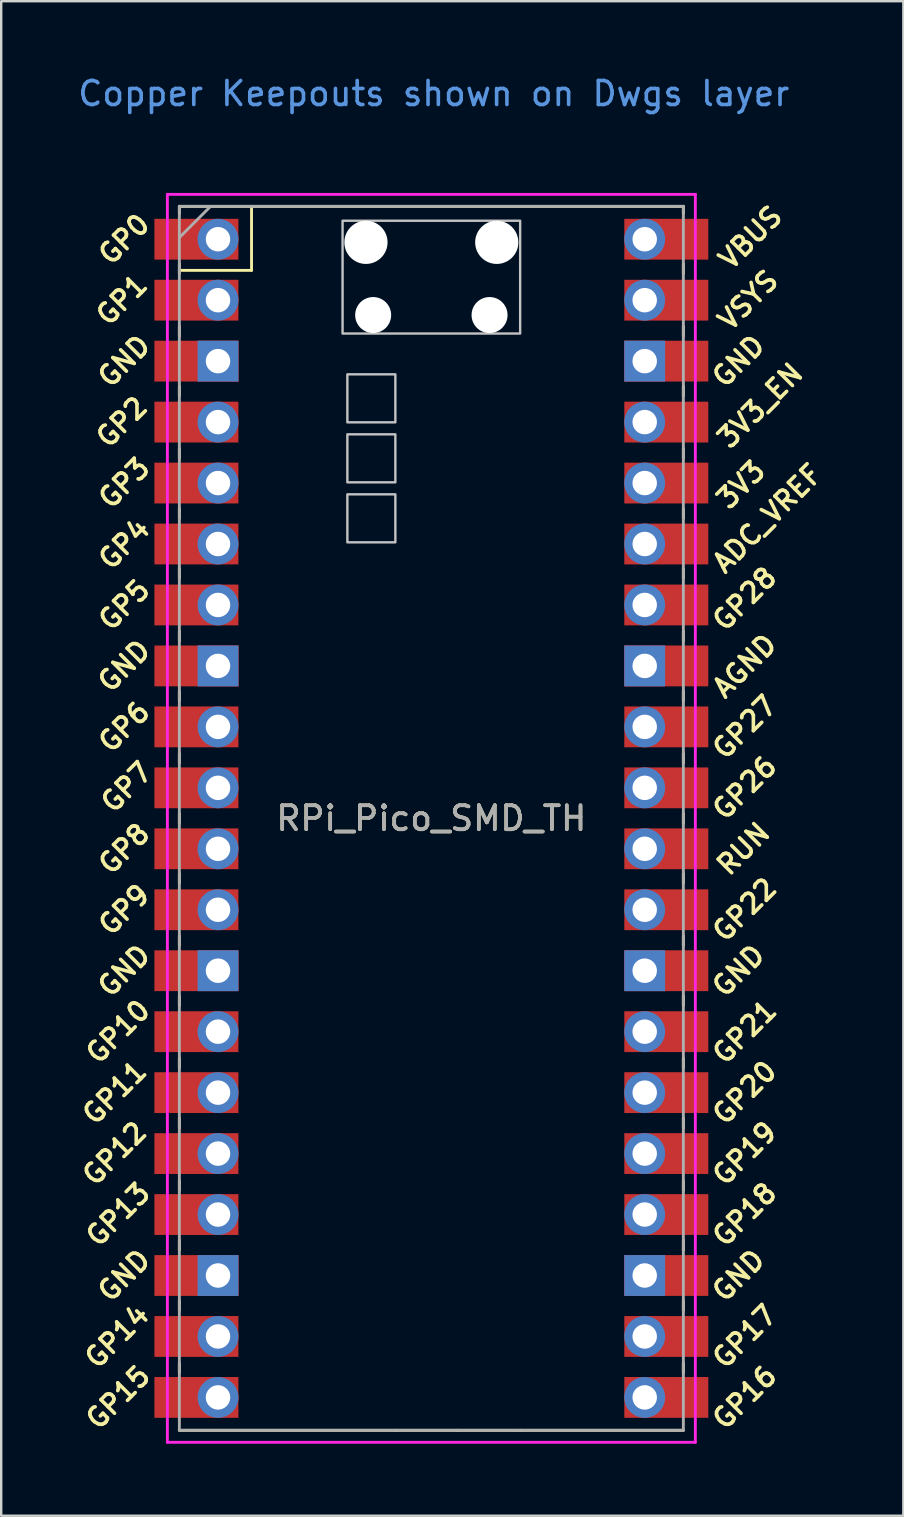
<source format=kicad_pcb>
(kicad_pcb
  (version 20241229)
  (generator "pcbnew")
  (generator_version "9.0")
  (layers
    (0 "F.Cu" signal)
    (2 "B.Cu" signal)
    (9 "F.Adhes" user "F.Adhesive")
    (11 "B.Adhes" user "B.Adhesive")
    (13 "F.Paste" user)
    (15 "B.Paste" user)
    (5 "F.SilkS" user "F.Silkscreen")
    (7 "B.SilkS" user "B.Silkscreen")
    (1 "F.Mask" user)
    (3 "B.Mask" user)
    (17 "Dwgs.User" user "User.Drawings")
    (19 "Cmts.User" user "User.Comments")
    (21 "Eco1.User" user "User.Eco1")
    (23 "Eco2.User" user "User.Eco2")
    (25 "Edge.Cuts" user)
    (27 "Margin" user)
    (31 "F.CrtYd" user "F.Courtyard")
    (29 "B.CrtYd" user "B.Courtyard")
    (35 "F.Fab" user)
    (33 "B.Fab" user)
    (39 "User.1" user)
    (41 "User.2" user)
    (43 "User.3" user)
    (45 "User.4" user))
  (footprint "RPi_Pico_SMD_TH"
    (layer "F.Cu")
    (at 14.924 31.048)
    (property "Reference" "RPi_Pico_SMD_TH" (at 0 0 0) (layer "F.SilkS") (effects (font (size 1 1) (thickness 0.15))))
    (attr through_hole)
    (fp_line (start -10.5 -25.5) (end -10.5 -25.2) (stroke (width 0.12) (type solid)) (layer "F.SilkS"))
    (fp_line (start -10.5 -25.5) (end 10.5 -25.5) (stroke (width 0.12) (type solid)) (layer "F.SilkS"))
    (fp_line (start -10.5 -23.1) (end -10.5 -22.7) (stroke (width 0.12) (type solid)) (layer "F.SilkS"))
    (fp_line (start -10.5 -22.833) (end -7.493 -22.833) (stroke (width 0.12) (type solid)) (layer "F.SilkS"))
    (fp_line (start -10.5 -20.5) (end -10.5 -20.1) (stroke (width 0.12) (type solid)) (layer "F.SilkS"))
    (fp_line (start -10.5 -18) (end -10.5 -17.6) (stroke (width 0.12) (type solid)) (layer "F.SilkS"))
    (fp_line (start -10.5 -15.4) (end -10.5 -15) (stroke (width 0.12) (type solid)) (layer "F.SilkS"))
    (fp_line (start -10.5 -12.9) (end -10.5 -12.5) (stroke (width 0.12) (type solid)) (layer "F.SilkS"))
    (fp_line (start -10.5 -10.4) (end -10.5 -10) (stroke (width 0.12) (type solid)) (layer "F.SilkS"))
    (fp_line (start -10.5 -7.8) (end -10.5 -7.4) (stroke (width 0.12) (type solid)) (layer "F.SilkS"))
    (fp_line (start -10.5 -5.3) (end -10.5 -4.9) (stroke (width 0.12) (type solid)) (layer "F.SilkS"))
    (fp_line (start -10.5 -2.7) (end -10.5 -2.3) (stroke (width 0.12) (type solid)) (layer "F.SilkS"))
    (fp_line (start -10.5 -0.2) (end -10.5 0.2) (stroke (width 0.12) (type solid)) (layer "F.SilkS"))
    (fp_line (start -10.5 2.3) (end -10.5 2.7) (stroke (width 0.12) (type solid)) (layer "F.SilkS"))
    (fp_line (start -10.5 4.9) (end -10.5 5.3) (stroke (width 0.12) (type solid)) (layer "F.SilkS"))
    (fp_line (start -10.5 7.4) (end -10.5 7.8) (stroke (width 0.12) (type solid)) (layer "F.SilkS"))
    (fp_line (start -10.5 10) (end -10.5 10.4) (stroke (width 0.12) (type solid)) (layer "F.SilkS"))
    (fp_line (start -10.5 12.5) (end -10.5 12.9) (stroke (width 0.12) (type solid)) (layer "F.SilkS"))
    (fp_line (start -10.5 15.1) (end -10.5 15.5) (stroke (width 0.12) (type solid)) (layer "F.SilkS"))
    (fp_line (start -10.5 17.6) (end -10.5 18) (stroke (width 0.12) (type solid)) (layer "F.SilkS"))
    (fp_line (start -10.5 20.1) (end -10.5 20.5) (stroke (width 0.12) (type solid)) (layer "F.SilkS"))
    (fp_line (start -10.5 22.7) (end -10.5 23.1) (stroke (width 0.12) (type solid)) (layer "F.SilkS"))
    (fp_line (start -7.493 -22.833) (end -7.493 -25.5) (stroke (width 0.12) (type solid)) (layer "F.SilkS"))
    (fp_line (start -1.5 25.5) (end -10.5 25.5) (stroke (width 0.12) (type solid)) (layer "F.SilkS"))
    (fp_line (start -1.5 25.5) (end 1.1 25.5) (stroke (width 0.12) (type solid)) (layer "F.SilkS"))
    (fp_line (start 1.1 25.5) (end 3.7 25.5) (stroke (width 0.12) (type solid)) (layer "F.SilkS"))
    (fp_line (start 10.5 -25.5) (end 10.5 -25.2) (stroke (width 0.12) (type solid)) (layer "F.SilkS"))
    (fp_line (start 10.5 -23.1) (end 10.5 -22.7) (stroke (width 0.12) (type solid)) (layer "F.SilkS"))
    (fp_line (start 10.5 -20.5) (end 10.5 -20.1) (stroke (width 0.12) (type solid)) (layer "F.SilkS"))
    (fp_line (start 10.5 -18) (end 10.5 -17.6) (stroke (width 0.12) (type solid)) (layer "F.SilkS"))
    (fp_line (start 10.5 -15.4) (end 10.5 -15) (stroke (width 0.12) (type solid)) (layer "F.SilkS"))
    (fp_line (start 10.5 -12.9) (end 10.5 -12.5) (stroke (width 0.12) (type solid)) (layer "F.SilkS"))
    (fp_line (start 10.5 -10.4) (end 10.5 -10) (stroke (width 0.12) (type solid)) (layer "F.SilkS"))
    (fp_line (start 10.5 -7.8) (end 10.5 -7.4) (stroke (width 0.12) (type solid)) (layer "F.SilkS"))
    (fp_line (start 10.5 -5.3) (end 10.5 -4.9) (stroke (width 0.12) (type solid)) (layer "F.SilkS"))
    (fp_line (start 10.5 -2.7) (end 10.5 -2.3) (stroke (width 0.12) (type solid)) (layer "F.SilkS"))
    (fp_line (start 10.5 -0.2) (end 10.5 0.2) (stroke (width 0.12) (type solid)) (layer "F.SilkS"))
    (fp_line (start 10.5 2.3) (end 10.5 2.7) (stroke (width 0.12) (type solid)) (layer "F.SilkS"))
    (fp_line (start 10.5 4.9) (end 10.5 5.3) (stroke (width 0.12) (type solid)) (layer "F.SilkS"))
    (fp_line (start 10.5 7.4) (end 10.5 7.8) (stroke (width 0.12) (type solid)) (layer "F.SilkS"))
    (fp_line (start 10.5 10) (end 10.5 10.4) (stroke (width 0.12) (type solid)) (layer "F.SilkS"))
    (fp_line (start 10.5 12.5) (end 10.5 12.9) (stroke (width 0.12) (type solid)) (layer "F.SilkS"))
    (fp_line (start 10.5 15.1) (end 10.5 15.5) (stroke (width 0.12) (type solid)) (layer "F.SilkS"))
    (fp_line (start 10.5 17.6) (end 10.5 18) (stroke (width 0.12) (type solid)) (layer "F.SilkS"))
    (fp_line (start 10.5 20.1) (end 10.5 20.5) (stroke (width 0.12) (type solid)) (layer "F.SilkS"))
    (fp_line (start 10.5 22.7) (end 10.5 23.1) (stroke (width 0.12) (type solid)) (layer "F.SilkS"))
    (fp_line (start 10.5 25.5) (end 3.7 25.5) (stroke (width 0.12) (type solid)) (layer "F.SilkS"))
    (fp_poly (pts (xy -1.5 -16.5) (xy -3.5 -16.5) (xy -3.5 -18.5) (xy -1.5 -18.5)) (stroke (width 0.1) (type solid)) (fill no) (layer "Dwgs.User"))
    (fp_poly (pts (xy -1.5 -14) (xy -3.5 -14) (xy -3.5 -16) (xy -1.5 -16)) (stroke (width 0.1) (type solid)) (fill no) (layer "Dwgs.User"))
    (fp_poly (pts (xy -1.5 -11.5) (xy -3.5 -11.5) (xy -3.5 -13.5) (xy -1.5 -13.5)) (stroke (width 0.1) (type solid)) (fill no) (layer "Dwgs.User"))
    (fp_poly (pts (xy 3.7 -20.2) (xy -3.7 -20.2) (xy -3.7 -24.9) (xy 3.7 -24.9)) (stroke (width 0.1) (type solid)) (fill no) (layer "Dwgs.User"))
    (fp_line (start -11 -26) (end 11 -26) (stroke (width 0.12) (type solid)) (layer "F.CrtYd"))
    (fp_line (start -11 26) (end -11 -26) (stroke (width 0.12) (type solid)) (layer "F.CrtYd"))
    (fp_line (start 11 -26) (end 11 26) (stroke (width 0.12) (type solid)) (layer "F.CrtYd"))
    (fp_line (start 11 26) (end -11 26) (stroke (width 0.12) (type solid)) (layer "F.CrtYd"))
    (fp_line (start -10.5 -25.5) (end 10.5 -25.5) (stroke (width 0.12) (type solid)) (layer "F.Fab"))
    (fp_line (start -10.5 -24.2) (end -9.2 -25.5) (stroke (width 0.12) (type solid)) (layer "F.Fab"))
    (fp_line (start -10.5 25.5) (end -10.5 -25.5) (stroke (width 0.12) (type solid)) (layer "F.Fab"))
    (fp_line (start 10.5 -25.5) (end 10.5 25.5) (stroke (width 0.12) (type solid)) (layer "F.Fab"))
    (fp_line (start 10.5 25.5) (end -10.5 25.5) (stroke (width 0.12) (type solid)) (layer "F.Fab"))
    (fp_text user "GP9" (at -12.8 3.81 45) (layer "F.SilkS") (effects (font (size 0.8 0.8) (thickness 0.15))))
    (fp_text user "GP0" (at -12.8 -24.13 45) (layer "F.SilkS") (effects (font (size 0.8 0.8) (thickness 0.15))))
    (fp_text user "GP2" (at -12.9 -16.51 45) (layer "F.SilkS") (effects (font (size 0.8 0.8) (thickness 0.15))))
    (fp_text user "GP8" (at -12.8 1.27 45) (layer "F.SilkS") (effects (font (size 0.8 0.8) (thickness 0.15))))
    (fp_text user "GP13" (at -13.054 16.51 45) (layer "F.SilkS") (effects (font (size 0.8 0.8) (thickness 0.15))))
    (fp_text user "GP27" (at 13.054 -3.8 45) (layer "F.SilkS") (effects (font (size 0.8 0.8) (thickness 0.15))))
    (fp_text user "AGND" (at 13.054 -6.35 45) (layer "F.SilkS") (effects (font (size 0.8 0.8) (thickness 0.15))))
    (fp_text user "GND" (at -12.8 -19.05 45) (layer "F.SilkS") (effects (font (size 0.8 0.8) (thickness 0.15))))
    (fp_text user "GND" (at 12.8 19.05 45) (layer "F.SilkS") (effects (font (size 0.8 0.8) (thickness 0.15))))
    (fp_text user "GP21" (at 13.054 8.9 45) (layer "F.SilkS") (effects (font (size 0.8 0.8) (thickness 0.15))))
    (fp_text user "GP28" (at 13.054 -9.144 45) (layer "F.SilkS") (effects (font (size 0.8 0.8) (thickness 0.15))))
    (fp_text user "GP20" (at 13.054 11.43 45) (layer "F.SilkS") (effects (font (size 0.8 0.8) (thickness 0.15))))
    (fp_text user "GP19" (at 13.054 13.97 45) (layer "F.SilkS") (effects (font (size 0.8 0.8) (thickness 0.15))))
    (fp_text user "GP17" (at 13.054 21.59 45) (layer "F.SilkS") (effects (font (size 0.8 0.8) (thickness 0.15))))
    (fp_text user "VBUS" (at 13.3 -24.2 45) (layer "F.SilkS") (effects (font (size 0.8 0.8) (thickness 0.15))))
    (fp_text user "GND" (at -12.8 6.35 45) (layer "F.SilkS") (effects (font (size 0.8 0.8) (thickness 0.15))))
    (fp_text user "GND" (at -12.8 19.05 45) (layer "F.SilkS") (effects (font (size 0.8 0.8) (thickness 0.15))))
    (fp_text user "3V3_EN" (at 13.7 -17.2 45) (layer "F.SilkS") (effects (font (size 0.8 0.8) (thickness 0.15))))
    (fp_text user "GP10" (at -13.054 8.89 45) (layer "F.SilkS") (effects (font (size 0.8 0.8) (thickness 0.15))))
    (fp_text user "GP12" (at -13.2 13.97 45) (layer "F.SilkS") (effects (font (size 0.8 0.8) (thickness 0.15))))
    (fp_text user "GP14" (at -13.1 21.59 45) (layer "F.SilkS") (effects (font (size 0.8 0.8) (thickness 0.15))))
    (fp_text user "GP26" (at 13.054 -1.27 45) (layer "F.SilkS") (effects (font (size 0.8 0.8) (thickness 0.15))))
    (fp_text user "GND" (at 12.8 -19.05 45) (layer "F.SilkS") (effects (font (size 0.8 0.8) (thickness 0.15))))
    (fp_text user "GP22" (at 13.054 3.81 45) (layer "F.SilkS") (effects (font (size 0.8 0.8) (thickness 0.15))))
    (fp_text user "GP16" (at 13.054 24.13 45) (layer "F.SilkS") (effects (font (size 0.8 0.8) (thickness 0.15))))
    (fp_text user "GP4" (at -12.8 -11.43 45) (layer "F.SilkS") (effects (font (size 0.8 0.8) (thickness 0.15))))
    (fp_text user "GP7" (at -12.7 -1.3 45) (layer "F.SilkS") (effects (font (size 0.8 0.8) (thickness 0.15))))
    (fp_text user "GP18" (at 13.054 16.51 45) (layer "F.SilkS") (effects (font (size 0.8 0.8) (thickness 0.15))))
    (fp_text user "GP11" (at -13.2 11.43 45) (layer "F.SilkS") (effects (font (size 0.8 0.8) (thickness 0.15))))
    (fp_text user "GND" (at 12.8 6.35 45) (layer "F.SilkS") (effects (font (size 0.8 0.8) (thickness 0.15))))
    (fp_text user "VSYS" (at 13.2 -21.59 45) (layer "F.SilkS") (effects (font (size 0.8 0.8) (thickness 0.15))))
    (fp_text user "GND" (at -12.8 -6.35 45) (layer "F.SilkS") (effects (font (size 0.8 0.8) (thickness 0.15))))
    (fp_text user "GP3" (at -12.8 -13.97 45) (layer "F.SilkS") (effects (font (size 0.8 0.8) (thickness 0.15))))
    (fp_text user "ADC_VREF" (at 14 -12.5 45) (layer "F.SilkS") (effects (font (size 0.8 0.8) (thickness 0.15))))
    (fp_text user "GP6" (at -12.8 -3.81 45) (layer "F.SilkS") (effects (font (size 0.8 0.8) (thickness 0.15))))
    (fp_text user "GP5" (at -12.8 -8.89 45) (layer "F.SilkS") (effects (font (size 0.8 0.8) (thickness 0.15))))
    (fp_text user "3V3" (at 12.9 -13.9 45) (layer "F.SilkS") (effects (font (size 0.8 0.8) (thickness 0.15))))
    (fp_text user "RUN" (at 13 1.27 45) (layer "F.SilkS") (effects (font (size 0.8 0.8) (thickness 0.15))))
    (fp_text user "GP15" (at -13.054 24.13 45) (layer "F.SilkS") (effects (font (size 0.8 0.8) (thickness 0.15))))
    (fp_text user "GP1" (at -12.9 -21.6 45) (layer "F.SilkS") (effects (font (size 0.8 0.8) (thickness 0.15))))
    (fp_text user "Copper Keepouts shown on Dwgs layer" (at 0.1 -30.2 0) (layer "Cmts.User") (effects (font (size 1 1) (thickness 0.15))))
    (fp_text user "${REFERENCE}" (at 0 0 180) (layer "F.Fab") (effects (font (size 1 1) (thickness 0.15))))
    (pad "" np_thru_hole oval (at -2.725 -24) (size 1.8 1.8) (drill 1.8) (layers "*.Cu" "*.Mask"))
    (pad "" np_thru_hole oval (at -2.425 -20.97) (size 1.5 1.5) (drill 1.5) (layers "*.Cu" "*.Mask"))
    (pad "" np_thru_hole oval (at 2.425 -20.97) (size 1.5 1.5) (drill 1.5) (layers "*.Cu" "*.Mask"))
    (pad "" np_thru_hole oval (at 2.725 -24) (size 1.8 1.8) (drill 1.8) (layers "*.Cu" "*.Mask"))
    (pad "1" thru_hole oval (at -8.89 -24.13) (size 1.7 1.7) (drill 1.02) (layers "*.Cu" "*.Mask"))
    (pad "1" smd rect (at -8.89 -24.13) (size 3.5 1.7) (drill (offset -0.9 0)) (layers "F.Cu" "F.Mask"))
    (pad "2" thru_hole oval (at -8.89 -21.59) (size 1.7 1.7) (drill 1.02) (layers "*.Cu" "*.Mask"))
    (pad "2" smd rect (at -8.89 -21.59) (size 3.5 1.7) (drill (offset -0.9 0)) (layers "F.Cu" "F.Mask"))
    (pad "3" thru_hole rect (at -8.89 -19.05) (size 1.7 1.7) (drill 1.02) (layers "*.Cu" "*.Mask"))
    (pad "3" smd rect (at -8.89 -19.05) (size 3.5 1.7) (drill (offset -0.9 0)) (layers "F.Cu" "F.Mask"))
    (pad "4" thru_hole oval (at -8.89 -16.51) (size 1.7 1.7) (drill 1.02) (layers "*.Cu" "*.Mask"))
    (pad "4" smd rect (at -8.89 -16.51) (size 3.5 1.7) (drill (offset -0.9 0)) (layers "F.Cu" "F.Mask"))
    (pad "5" thru_hole oval (at -8.89 -13.97) (size 1.7 1.7) (drill 1.02) (layers "*.Cu" "*.Mask"))
    (pad "5" smd rect (at -8.89 -13.97) (size 3.5 1.7) (drill (offset -0.9 0)) (layers "F.Cu" "F.Mask"))
    (pad "6" thru_hole oval (at -8.89 -11.43) (size 1.7 1.7) (drill 1.02) (layers "*.Cu" "*.Mask"))
    (pad "6" smd rect (at -8.89 -11.43) (size 3.5 1.7) (drill (offset -0.9 0)) (layers "F.Cu" "F.Mask"))
    (pad "7" thru_hole oval (at -8.89 -8.89) (size 1.7 1.7) (drill 1.02) (layers "*.Cu" "*.Mask"))
    (pad "7" smd rect (at -8.89 -8.89) (size 3.5 1.7) (drill (offset -0.9 0)) (layers "F.Cu" "F.Mask"))
    (pad "8" thru_hole rect (at -8.89 -6.35) (size 1.7 1.7) (drill 1.02) (layers "*.Cu" "*.Mask"))
    (pad "8" smd rect (at -8.89 -6.35) (size 3.5 1.7) (drill (offset -0.9 0)) (layers "F.Cu" "F.Mask"))
    (pad "9" thru_hole oval (at -8.89 -3.81) (size 1.7 1.7) (drill 1.02) (layers "*.Cu" "*.Mask"))
    (pad "9" smd rect (at -8.89 -3.81) (size 3.5 1.7) (drill (offset -0.9 0)) (layers "F.Cu" "F.Mask"))
    (pad "10" thru_hole oval (at -8.89 -1.27) (size 1.7 1.7) (drill 1.02) (layers "*.Cu" "*.Mask"))
    (pad "10" smd rect (at -8.89 -1.27) (size 3.5 1.7) (drill (offset -0.9 0)) (layers "F.Cu" "F.Mask"))
    (pad "11" thru_hole oval (at -8.89 1.27) (size 1.7 1.7) (drill 1.02) (layers "*.Cu" "*.Mask"))
    (pad "11" smd rect (at -8.89 1.27) (size 3.5 1.7) (drill (offset -0.9 0)) (layers "F.Cu" "F.Mask"))
    (pad "12" thru_hole oval (at -8.89 3.81) (size 1.7 1.7) (drill 1.02) (layers "*.Cu" "*.Mask"))
    (pad "12" smd rect (at -8.89 3.81) (size 3.5 1.7) (drill (offset -0.9 0)) (layers "F.Cu" "F.Mask"))
    (pad "13" thru_hole rect (at -8.89 6.35) (size 1.7 1.7) (drill 1.02) (layers "*.Cu" "*.Mask"))
    (pad "13" smd rect (at -8.89 6.35) (size 3.5 1.7) (drill (offset -0.9 0)) (layers "F.Cu" "F.Mask"))
    (pad "14" thru_hole oval (at -8.89 8.89) (size 1.7 1.7) (drill 1.02) (layers "*.Cu" "*.Mask"))
    (pad "14" smd rect (at -8.89 8.89) (size 3.5 1.7) (drill (offset -0.9 0)) (layers "F.Cu" "F.Mask"))
    (pad "15" thru_hole oval (at -8.89 11.43) (size 1.7 1.7) (drill 1.02) (layers "*.Cu" "*.Mask"))
    (pad "15" smd rect (at -8.89 11.43) (size 3.5 1.7) (drill (offset -0.9 0)) (layers "F.Cu" "F.Mask"))
    (pad "16" thru_hole oval (at -8.89 13.97) (size 1.7 1.7) (drill 1.02) (layers "*.Cu" "*.Mask"))
    (pad "16" smd rect (at -8.89 13.97) (size 3.5 1.7) (drill (offset -0.9 0)) (layers "F.Cu" "F.Mask"))
    (pad "17" thru_hole oval (at -8.89 16.51) (size 1.7 1.7) (drill 1.02) (layers "*.Cu" "*.Mask"))
    (pad "17" smd rect (at -8.89 16.51) (size 3.5 1.7) (drill (offset -0.9 0)) (layers "F.Cu" "F.Mask"))
    (pad "18" thru_hole rect (at -8.89 19.05) (size 1.7 1.7) (drill 1.02) (layers "*.Cu" "*.Mask"))
    (pad "18" smd rect (at -8.89 19.05) (size 3.5 1.7) (drill (offset -0.9 0)) (layers "F.Cu" "F.Mask"))
    (pad "19" thru_hole oval (at -8.89 21.59) (size 1.7 1.7) (drill 1.02) (layers "*.Cu" "*.Mask"))
    (pad "19" smd rect (at -8.89 21.59) (size 3.5 1.7) (drill (offset -0.9 0)) (layers "F.Cu" "F.Mask"))
    (pad "20" thru_hole oval (at -8.89 24.13) (size 1.7 1.7) (drill 1.02) (layers "*.Cu" "*.Mask"))
    (pad "20" smd rect (at -8.89 24.13) (size 3.5 1.7) (drill (offset -0.9 0)) (layers "F.Cu" "F.Mask"))
    (pad "21" thru_hole oval (at 8.89 24.13) (size 1.7 1.7) (drill 1.02) (layers "*.Cu" "*.Mask"))
    (pad "21" smd rect (at 8.89 24.13) (size 3.5 1.7) (drill (offset 0.9 0)) (layers "F.Cu" "F.Mask"))
    (pad "22" thru_hole oval (at 8.89 21.59) (size 1.7 1.7) (drill 1.02) (layers "*.Cu" "*.Mask"))
    (pad "22" smd rect (at 8.89 21.59) (size 3.5 1.7) (drill (offset 0.9 0)) (layers "F.Cu" "F.Mask"))
    (pad "23" thru_hole rect (at 8.89 19.05) (size 1.7 1.7) (drill 1.02) (layers "*.Cu" "*.Mask"))
    (pad "23" smd rect (at 8.89 19.05) (size 3.5 1.7) (drill (offset 0.9 0)) (layers "F.Cu" "F.Mask"))
    (pad "24" thru_hole oval (at 8.89 16.51) (size 1.7 1.7) (drill 1.02) (layers "*.Cu" "*.Mask"))
    (pad "24" smd rect (at 8.89 16.51) (size 3.5 1.7) (drill (offset 0.9 0)) (layers "F.Cu" "F.Mask"))
    (pad "25" thru_hole oval (at 8.89 13.97) (size 1.7 1.7) (drill 1.02) (layers "*.Cu" "*.Mask"))
    (pad "25" smd rect (at 8.89 13.97) (size 3.5 1.7) (drill (offset 0.9 0)) (layers "F.Cu" "F.Mask"))
    (pad "26" thru_hole oval (at 8.89 11.43) (size 1.7 1.7) (drill 1.02) (layers "*.Cu" "*.Mask"))
    (pad "26" smd rect (at 8.89 11.43) (size 3.5 1.7) (drill (offset 0.9 0)) (layers "F.Cu" "F.Mask"))
    (pad "27" thru_hole oval (at 8.89 8.89) (size 1.7 1.7) (drill 1.02) (layers "*.Cu" "*.Mask"))
    (pad "27" smd rect (at 8.89 8.89) (size 3.5 1.7) (drill (offset 0.9 0)) (layers "F.Cu" "F.Mask"))
    (pad "28" thru_hole rect (at 8.89 6.35) (size 1.7 1.7) (drill 1.02) (layers "*.Cu" "*.Mask"))
    (pad "28" smd rect (at 8.89 6.35) (size 3.5 1.7) (drill (offset 0.9 0)) (layers "F.Cu" "F.Mask"))
    (pad "29" thru_hole oval (at 8.89 3.81) (size 1.7 1.7) (drill 1.02) (layers "*.Cu" "*.Mask"))
    (pad "29" smd rect (at 8.89 3.81) (size 3.5 1.7) (drill (offset 0.9 0)) (layers "F.Cu" "F.Mask"))
    (pad "30" thru_hole oval (at 8.89 1.27) (size 1.7 1.7) (drill 1.02) (layers "*.Cu" "*.Mask"))
    (pad "30" smd rect (at 8.89 1.27) (size 3.5 1.7) (drill (offset 0.9 0)) (layers "F.Cu" "F.Mask"))
    (pad "31" thru_hole oval (at 8.89 -1.27) (size 1.7 1.7) (drill 1.02) (layers "*.Cu" "*.Mask"))
    (pad "31" smd rect (at 8.89 -1.27) (size 3.5 1.7) (drill (offset 0.9 0)) (layers "F.Cu" "F.Mask"))
    (pad "32" thru_hole oval (at 8.89 -3.81) (size 1.7 1.7) (drill 1.02) (layers "*.Cu" "*.Mask"))
    (pad "32" smd rect (at 8.89 -3.81) (size 3.5 1.7) (drill (offset 0.9 0)) (layers "F.Cu" "F.Mask"))
    (pad "33" thru_hole rect (at 8.89 -6.35) (size 1.7 1.7) (drill 1.02) (layers "*.Cu" "*.Mask"))
    (pad "33" smd rect (at 8.89 -6.35) (size 3.5 1.7) (drill (offset 0.9 0)) (layers "F.Cu" "F.Mask"))
    (pad "34" thru_hole oval (at 8.89 -8.89) (size 1.7 1.7) (drill 1.02) (layers "*.Cu" "*.Mask"))
    (pad "34" smd rect (at 8.89 -8.89) (size 3.5 1.7) (drill (offset 0.9 0)) (layers "F.Cu" "F.Mask"))
    (pad "35" thru_hole oval (at 8.89 -11.43) (size 1.7 1.7) (drill 1.02) (layers "*.Cu" "*.Mask"))
    (pad "35" smd rect (at 8.89 -11.43) (size 3.5 1.7) (drill (offset 0.9 0)) (layers "F.Cu" "F.Mask"))
    (pad "36" thru_hole oval (at 8.89 -13.97) (size 1.7 1.7) (drill 1.02) (layers "*.Cu" "*.Mask"))
    (pad "36" smd rect (at 8.89 -13.97) (size 3.5 1.7) (drill (offset 0.9 0)) (layers "F.Cu" "F.Mask"))
    (pad "37" thru_hole oval (at 8.89 -16.51) (size 1.7 1.7) (drill 1.02) (layers "*.Cu" "*.Mask"))
    (pad "37" smd rect (at 8.89 -16.51) (size 3.5 1.7) (drill (offset 0.9 0)) (layers "F.Cu" "F.Mask"))
    (pad "38" thru_hole rect (at 8.89 -19.05) (size 1.7 1.7) (drill 1.02) (layers "*.Cu" "*.Mask"))
    (pad "38" smd rect (at 8.89 -19.05) (size 3.5 1.7) (drill (offset 0.9 0)) (layers "F.Cu" "F.Mask"))
    (pad "39" thru_hole oval (at 8.89 -21.59) (size 1.7 1.7) (drill 1.02) (layers "*.Cu" "*.Mask"))
    (pad "39" smd rect (at 8.89 -21.59) (size 3.5 1.7) (drill (offset 0.9 0)) (layers "F.Cu" "F.Mask"))
    (pad "40" thru_hole oval (at 8.89 -24.13) (size 1.7 1.7) (drill 1.02) (layers "*.Cu" "*.Mask"))
    (pad "40" smd rect (at 8.89 -24.13) (size 3.5 1.7) (drill (offset 0.9 0)) (layers "F.Cu" "F.Mask")))
  (gr_rect
    (start -3 -3)
    (end 34.591 60.108)
    (stroke (width 0.1) (type default))
    (fill no)
    (layer "Edge.Cuts")))
</source>
